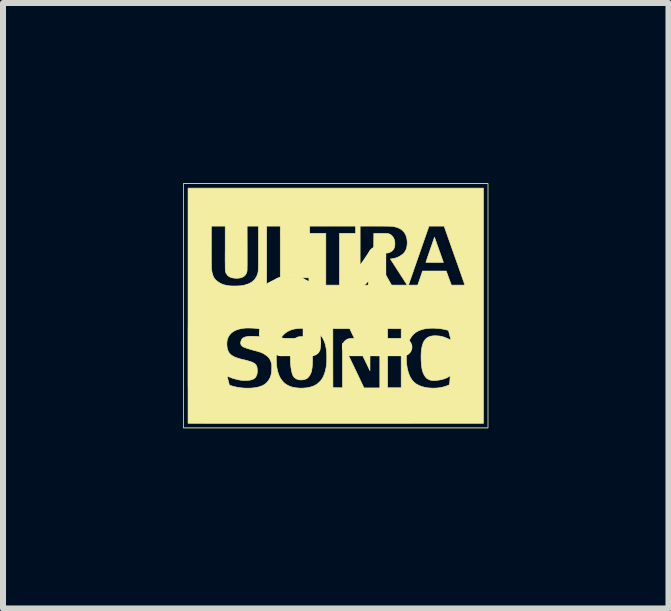
<source format=kicad_pcb>
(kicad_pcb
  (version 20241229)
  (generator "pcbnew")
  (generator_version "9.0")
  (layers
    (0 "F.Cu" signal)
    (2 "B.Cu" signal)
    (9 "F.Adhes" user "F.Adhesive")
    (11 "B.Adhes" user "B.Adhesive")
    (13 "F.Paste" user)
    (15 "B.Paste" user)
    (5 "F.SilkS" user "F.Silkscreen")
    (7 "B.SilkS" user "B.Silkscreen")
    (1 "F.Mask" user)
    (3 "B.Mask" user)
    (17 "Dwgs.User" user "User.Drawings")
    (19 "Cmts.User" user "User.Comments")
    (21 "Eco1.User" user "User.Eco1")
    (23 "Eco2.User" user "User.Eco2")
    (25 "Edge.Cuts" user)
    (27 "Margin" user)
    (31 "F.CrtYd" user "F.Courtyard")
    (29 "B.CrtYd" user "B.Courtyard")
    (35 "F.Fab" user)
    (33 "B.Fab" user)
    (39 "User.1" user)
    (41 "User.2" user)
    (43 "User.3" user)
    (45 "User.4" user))
  (footprint "a1"
    (layer "F.Cu")
    (at 2.542 2.042)
    (property "Reference" "a1" (at 0 0 0) (layer "F.SilkS") (effects (font (size 1.524 1.524) (thickness 0.3))))
    (attr through_hole)
    (fp_poly (pts (xy 2.537 2.037) (xy -2.537 2.037) (xy -2.537 -2.034) (xy -2.535 -2.034) (xy -2.535 2.034) (xy 2.535 2.034) (xy 2.535 -2.034) (xy -2.535 -2.034) (xy -2.537 -2.034) (xy -2.537 -2.037) (xy 2.537 -2.037) (xy 2.537 2.037)) (stroke (width 0.01) (type solid)) (fill yes) (layer "F.SilkS"))
    (fp_poly (pts (xy 0.745 -1.205) (xy 0.774 -1.205) (xy 0.798 -1.205) (xy 0.819 -1.205) (xy 0.835 -1.204) (xy 0.849 -1.204) (xy 0.86 -1.203) (xy 0.87 -1.201) (xy 0.878 -1.2) (xy 0.885 -1.198) (xy 0.892 -1.195) (xy 0.898 -1.192) (xy 0.904 -1.19) (xy 0.916 -1.182) (xy 0.93 -1.171) (xy 0.943 -1.158) (xy 0.954 -1.144) (xy 0.956 -1.141) (xy 0.968 -1.119) (xy 0.977 -1.095) (xy 0.983 -1.068) (xy 0.985 -1.04) (xy 0.984 -1.013) (xy 0.981 -0.986) (xy 0.973 -0.961) (xy 0.965 -0.943) (xy 0.954 -0.929) (xy 0.94 -0.914) (xy 0.924 -0.902) (xy 0.908 -0.893) (xy 0.892 -0.886) (xy 0.875 -0.88) (xy 0.856 -0.877) (xy 0.834 -0.875) (xy 0.809 -0.874) (xy 0.797 -0.874) (xy 0.781 -0.874) (xy 0.761 -0.875) (xy 0.739 -0.875) (xy 0.717 -0.875) (xy 0.696 -0.876) (xy 0.693 -0.876) (xy 0.632 -0.876) (xy 0.633 -1.041) (xy 0.634 -1.205) (xy 0.745 -1.205)) (stroke (width 0.01) (type solid)) (fill yes) (layer "F.SilkS"))
    (fp_poly (pts (xy 1.646 -1.137) (xy 1.648 -1.13) (xy 1.652 -1.12) (xy 1.657 -1.105) (xy 1.663 -1.088) (xy 1.671 -1.068) (xy 1.679 -1.046) (xy 1.687 -1.021) (xy 1.696 -0.996) (xy 1.706 -0.969) (xy 1.715 -0.942) (xy 1.725 -0.915) (xy 1.735 -0.887) (xy 1.744 -0.861) (xy 1.753 -0.836) (xy 1.762 -0.812) (xy 1.769 -0.79) (xy 1.776 -0.77) (xy 1.782 -0.754) (xy 1.787 -0.74) (xy 1.791 -0.73) (xy 1.793 -0.724) (xy 1.793 -0.722) (xy 1.791 -0.722) (xy 1.783 -0.722) (xy 1.772 -0.722) (xy 1.757 -0.722) (xy 1.739 -0.722) (xy 1.718 -0.721) (xy 1.694 -0.721) (xy 1.669 -0.721) (xy 1.647 -0.721) (xy 1.62 -0.721) (xy 1.595 -0.721) (xy 1.572 -0.721) (xy 1.551 -0.722) (xy 1.534 -0.722) (xy 1.519 -0.722) (xy 1.509 -0.722) (xy 1.503 -0.722) (xy 1.501 -0.723) (xy 1.502 -0.725) (xy 1.504 -0.732) (xy 1.508 -0.743) (xy 1.513 -0.758) (xy 1.519 -0.775) (xy 1.526 -0.795) (xy 1.533 -0.818) (xy 1.542 -0.842) (xy 1.55 -0.868) (xy 1.56 -0.894) (xy 1.569 -0.922) (xy 1.578 -0.949) (xy 1.588 -0.976) (xy 1.597 -1.003) (xy 1.606 -1.028) (xy 1.614 -1.052) (xy 1.621 -1.073) (xy 1.628 -1.093) (xy 1.634 -1.109) (xy 1.639 -1.123) (xy 1.642 -1.133) (xy 1.644 -1.138) (xy 1.645 -1.14) (xy 1.646 -1.137)) (stroke (width 0.01) (type solid)) (fill yes) (layer "F.SilkS"))
    (fp_poly (pts (xy -0.544 0.515) (xy -0.53 0.516) (xy -0.523 0.518) (xy -0.499 0.526) (xy -0.477 0.538) (xy -0.458 0.553) (xy -0.442 0.572) (xy -0.427 0.596) (xy -0.415 0.624) (xy -0.409 0.639) (xy -0.404 0.657) (xy -0.4 0.679) (xy -0.396 0.705) (xy -0.393 0.734) (xy -0.391 0.766) (xy -0.389 0.799) (xy -0.388 0.834) (xy -0.387 0.87) (xy -0.387 0.905) (xy -0.388 0.94) (xy -0.389 0.974) (xy -0.391 1.005) (xy -0.394 1.035) (xy -0.398 1.061) (xy -0.402 1.083) (xy -0.402 1.085) (xy -0.41 1.112) (xy -0.421 1.137) (xy -0.434 1.161) (xy -0.449 1.182) (xy -0.465 1.2) (xy -0.482 1.213) (xy -0.484 1.214) (xy -0.501 1.222) (xy -0.523 1.229) (xy -0.546 1.234) (xy -0.57 1.236) (xy -0.593 1.236) (xy -0.608 1.234) (xy -0.635 1.228) (xy -0.66 1.217) (xy -0.68 1.203) (xy -0.698 1.186) (xy -0.712 1.165) (xy -0.712 1.163) (xy -0.72 1.145) (xy -0.728 1.121) (xy -0.734 1.094) (xy -0.74 1.063) (xy -0.746 1.03) (xy -0.75 0.994) (xy -0.753 0.957) (xy -0.755 0.918) (xy -0.756 0.879) (xy -0.756 0.84) (xy -0.756 0.836) (xy -0.754 0.787) (xy -0.75 0.742) (xy -0.745 0.701) (xy -0.738 0.663) (xy -0.729 0.63) (xy -0.719 0.602) (xy -0.713 0.589) (xy -0.7 0.569) (xy -0.683 0.551) (xy -0.663 0.536) (xy -0.639 0.524) (xy -0.622 0.519) (xy -0.611 0.517) (xy -0.595 0.515) (xy -0.578 0.514) (xy -0.561 0.514) (xy -0.544 0.515)) (stroke (width 0.01) (type solid)) (fill yes) (layer "F.SilkS"))
    (fp_poly (pts (xy 2.46 1.959) (xy 0.001 1.96) (xy -0.138 1.96) (xy -0.272 1.96) (xy -0.401 1.96) (xy -0.525 1.96) (xy -0.645 1.96) (xy -0.759 1.96) (xy -0.87 1.96) (xy -0.975 1.96) (xy -1.076 1.96) (xy -1.173 1.96) (xy -1.266 1.96) (xy -1.354 1.96) (xy -1.438 1.96) (xy -1.519 1.96) (xy -1.595 1.96) (xy -1.667 1.96) (xy -1.736 1.96) (xy -1.801 1.96) (xy -1.862 1.96) (xy -1.92 1.96) (xy -1.974 1.96) (xy -2.025 1.96) (xy -2.073 1.96) (xy -2.117 1.96) (xy -2.159 1.96) (xy -2.197 1.96) (xy -2.232 1.959) (xy -2.265 1.959) (xy -2.294 1.959) (xy -2.321 1.959) (xy -2.345 1.959) (xy -2.367 1.959) (xy -2.386 1.959) (xy -2.403 1.959) (xy -2.417 1.959) (xy -2.429 1.958) (xy -2.439 1.958) (xy -2.447 1.958) (xy -2.453 1.958) (xy -2.457 1.958) (xy -2.459 1.958) (xy -2.46 1.958) (xy -2.46 1.955) (xy -2.46 1.947) (xy -2.46 1.935) (xy -2.46 1.918) (xy -2.46 1.896) (xy -2.46 1.87) (xy -2.46 1.839) (xy -2.46 1.804) (xy -2.46 1.765) (xy -2.46 1.722) (xy -2.46 1.676) (xy -2.46 1.625) (xy -2.46 1.571) (xy -2.46 1.514) (xy -2.46 1.453) (xy -2.46 1.389) (xy -2.461 1.321) (xy -2.461 1.251) (xy -2.461 1.178) (xy -2.461 1.102) (xy -2.461 1.024) (xy -2.461 0.943) (xy -2.461 0.859) (xy -2.461 0.774) (xy -2.461 0.686) (xy -2.461 0.651) (xy -1.814 0.651) (xy -1.813 0.659) (xy -1.81 0.686) (xy -1.807 0.71) (xy -1.801 0.731) (xy -1.794 0.75) (xy -1.786 0.768) (xy -1.773 0.788) (xy -1.757 0.806) (xy -1.738 0.823) (xy -1.714 0.838) (xy -1.686 0.853) (xy -1.653 0.866) (xy -1.616 0.878) (xy -1.575 0.89) (xy -1.558 0.894) (xy -1.519 0.903) (xy -1.484 0.912) (xy -1.454 0.92) (xy -1.428 0.928) (xy -1.405 0.936) (xy -1.386 0.944) (xy -1.37 0.952) (xy -1.356 0.96) (xy -1.345 0.968) (xy -1.336 0.977) (xy -1.328 0.987) (xy -1.322 0.997) (xy -1.317 1.009) (xy -1.313 1.02) (xy -1.31 1.032) (xy -1.308 1.045) (xy -1.307 1.06) (xy -1.307 1.08) (xy -1.307 1.082) (xy -1.307 1.098) (xy -1.307 1.111) (xy -1.308 1.12) (xy -1.309 1.128) (xy -1.311 1.136) (xy -1.313 1.143) (xy -1.321 1.165) (xy -1.33 1.183) (xy -1.342 1.199) (xy -1.357 1.212) (xy -1.374 1.222) (xy -1.394 1.231) (xy -1.419 1.237) (xy -1.448 1.242) (xy -1.471 1.245) (xy -1.509 1.246) (xy -1.55 1.244) (xy -1.594 1.239) (xy -1.638 1.23) (xy -1.684 1.218) (xy -1.73 1.204) (xy -1.775 1.186) (xy -1.784 1.182) (xy -1.795 1.177) (xy -1.802 1.174) (xy -1.806 1.174) (xy -1.808 1.174) (xy -1.808 1.175) (xy -1.807 1.179) (xy -1.806 1.187) (xy -1.803 1.198) (xy -1.799 1.212) (xy -1.795 1.229) (xy -1.791 1.247) (xy -1.79 1.251) (xy -1.771 1.322) (xy -1.756 1.328) (xy -1.747 1.331) (xy -1.733 1.335) (xy -1.717 1.34) (xy -1.698 1.345) (xy -1.679 1.349) (xy -1.66 1.354) (xy -1.642 1.358) (xy -1.626 1.361) (xy -1.624 1.361) (xy -1.582 1.367) (xy -1.537 1.371) (xy -1.49 1.373) (xy -1.444 1.373) (xy -1.401 1.371) (xy -1.393 1.37) (xy -1.377 1.369) (xy -1.36 1.367) (xy -1.344 1.365) (xy -1.332 1.363) (xy -1.328 1.362) (xy -1.287 1.354) (xy -1.249 1.342) (xy -1.215 1.328) (xy -1.186 1.311) (xy -1.159 1.29) (xy -1.136 1.266) (xy -1.116 1.239) (xy -1.098 1.208) (xy -1.096 1.203) (xy -1.086 1.18) (xy -1.079 1.157) (xy -1.073 1.133) (xy -1.069 1.107) (xy -1.067 1.078) (xy -1.066 1.045) (xy -1.066 1.037) (xy -1.066 1.018) (xy -1.066 1.004) (xy -1.066 0.992) (xy -1.067 0.982) (xy -1.069 0.973) (xy -1.07 0.965) (xy -1.071 0.961) (xy -1.08 0.93) (xy -1.091 0.903) (xy -1.105 0.879) (xy -1.122 0.858) (xy -1.124 0.857) (xy -0.99 0.857) (xy -0.99 0.899) (xy -0.988 0.945) (xy -0.985 0.986) (xy -0.981 1.024) (xy -0.975 1.059) (xy -0.967 1.092) (xy -0.958 1.124) (xy -0.952 1.142) (xy -0.936 1.18) (xy -0.917 1.215) (xy -0.893 1.248) (xy -0.867 1.277) (xy -0.838 1.302) (xy -0.806 1.322) (xy -0.794 1.329) (xy -0.76 1.344) (xy -0.722 1.356) (xy -0.68 1.364) (xy -0.636 1.37) (xy -0.59 1.373) (xy -0.542 1.372) (xy -0.528 1.371) (xy -0.48 1.367) (xy -0.437 1.358) (xy -0.396 1.347) (xy -0.36 1.333) (xy -0.327 1.315) (xy -0.31 1.304) (xy -0.297 1.294) (xy -0.284 1.282) (xy -0.27 1.269) (xy -0.257 1.256) (xy -0.246 1.244) (xy -0.246 1.243) (xy -0.225 1.213) (xy -0.206 1.179) (xy -0.19 1.14) (xy -0.176 1.097) (xy -0.165 1.05) (xy -0.156 1) (xy -0.152 0.964) (xy -0.151 0.949) (xy -0.15 0.93) (xy -0.15 0.908) (xy -0.15 0.884) (xy -0.149 0.86) (xy -0.15 0.836) (xy -0.15 0.813) (xy -0.151 0.793) (xy -0.152 0.776) (xy -0.152 0.772) (xy -0.158 0.721) (xy -0.167 0.675) (xy -0.177 0.632) (xy -0.191 0.593) (xy -0.207 0.558) (xy -0.225 0.526) (xy -0.236 0.511) (xy -0.26 0.483) (xy -0.286 0.458) (xy -0.316 0.437) (xy -0.349 0.419) (xy -0.385 0.404) (xy -0.425 0.392) (xy -0.468 0.384) (xy -0.496 0.381) (xy -0.048 0.381) (xy -0.048 0.873) (xy -0.047 1.365) (xy 0.032 1.366) (xy 0.112 1.366) (xy 0.112 0.994) (xy 0.112 0.949) (xy 0.112 0.905) (xy 0.112 0.864) (xy 0.112 0.825) (xy 0.112 0.789) (xy 0.112 0.756) (xy 0.112 0.726) (xy 0.113 0.699) (xy 0.113 0.676) (xy 0.113 0.657) (xy 0.113 0.642) (xy 0.113 0.631) (xy 0.114 0.625) (xy 0.114 0.624) (xy 0.115 0.626) (xy 0.119 0.633) (xy 0.124 0.644) (xy 0.131 0.659) (xy 0.14 0.677) (xy 0.151 0.699) (xy 0.163 0.724) (xy 0.176 0.752) (xy 0.191 0.782) (xy 0.206 0.815) (xy 0.223 0.85) (xy 0.241 0.887) (xy 0.259 0.925) (xy 0.278 0.965) (xy 0.294 0.997) (xy 0.471 1.369) (xy 0.734 1.369) (xy 0.734 0.384) (xy 0.571 0.384) (xy 0.571 0.733) (xy 0.57 1.082) (xy 0.232 0.381) (xy 0.092 0.381) (xy -0.048 0.381) (xy 0.864 0.381) (xy 0.864 1.366) (xy 1.09 1.366) (xy 1.09 0.857) (xy 1.176 0.857) (xy 1.177 0.918) (xy 1.182 0.975) (xy 1.189 1.028) (xy 1.2 1.077) (xy 1.213 1.122) (xy 1.229 1.164) (xy 1.248 1.201) (xy 1.269 1.234) (xy 1.294 1.263) (xy 1.321 1.288) (xy 1.333 1.298) (xy 1.366 1.317) (xy 1.402 1.334) (xy 1.441 1.348) (xy 1.484 1.359) (xy 1.529 1.367) (xy 1.577 1.371) (xy 1.627 1.373) (xy 1.678 1.371) (xy 1.703 1.369) (xy 1.747 1.363) (xy 1.789 1.354) (xy 1.821 1.345) (xy 1.844 1.337) (xy 1.863 1.33) (xy 1.878 1.324) (xy 1.887 1.318) (xy 1.892 1.315) (xy 1.893 1.311) (xy 1.895 1.302) (xy 1.897 1.289) (xy 1.899 1.271) (xy 1.901 1.248) (xy 1.901 1.24) (xy 1.903 1.222) (xy 1.904 1.205) (xy 1.905 1.191) (xy 1.906 1.18) (xy 1.907 1.172) (xy 1.907 1.169) (xy 1.907 1.169) (xy 1.904 1.17) (xy 1.898 1.173) (xy 1.89 1.178) (xy 1.884 1.181) (xy 1.851 1.2) (xy 1.815 1.215) (xy 1.776 1.227) (xy 1.733 1.236) (xy 1.687 1.243) (xy 1.663 1.245) (xy 1.639 1.246) (xy 1.619 1.246) (xy 1.601 1.244) (xy 1.584 1.241) (xy 1.568 1.237) (xy 1.562 1.234) (xy 1.537 1.223) (xy 1.516 1.209) (xy 1.497 1.19) (xy 1.481 1.167) (xy 1.479 1.164) (xy 1.468 1.145) (xy 1.459 1.125) (xy 1.451 1.105) (xy 1.444 1.083) (xy 1.438 1.06) (xy 1.434 1.034) (xy 1.43 1.005) (xy 1.427 0.973) (xy 1.424 0.936) (xy 1.422 0.895) (xy 1.422 0.895) (xy 1.421 0.839) (xy 1.423 0.788) (xy 1.427 0.74) (xy 1.434 0.696) (xy 1.444 0.656) (xy 1.456 0.621) (xy 1.461 0.609) (xy 1.476 0.582) (xy 1.493 0.56) (xy 1.513 0.541) (xy 1.537 0.525) (xy 1.563 0.514) (xy 1.593 0.506) (xy 1.627 0.501) (xy 1.664 0.5) (xy 1.704 0.503) (xy 1.707 0.503) (xy 1.735 0.506) (xy 1.761 0.511) (xy 1.785 0.517) (xy 1.81 0.525) (xy 1.836 0.535) (xy 1.864 0.548) (xy 1.874 0.552) (xy 1.887 0.559) (xy 1.899 0.565) (xy 1.909 0.569) (xy 1.916 0.572) (xy 1.919 0.573) (xy 1.919 0.573) (xy 1.919 0.571) (xy 1.917 0.564) (xy 1.914 0.553) (xy 1.911 0.539) (xy 1.907 0.523) (xy 1.902 0.505) (xy 1.899 0.493) (xy 1.878 0.413) (xy 1.87 0.41) (xy 1.863 0.407) (xy 1.852 0.404) (xy 1.838 0.401) (xy 1.822 0.397) (xy 1.805 0.394) (xy 1.787 0.39) (xy 1.77 0.387) (xy 1.755 0.384) (xy 1.743 0.383) (xy 1.742 0.382) (xy 1.686 0.377) (xy 1.631 0.374) (xy 1.577 0.375) (xy 1.527 0.379) (xy 1.479 0.386) (xy 1.462 0.39) (xy 1.42 0.402) (xy 1.381 0.417) (xy 1.346 0.436) (xy 1.314 0.459) (xy 1.286 0.486) (xy 1.261 0.517) (xy 1.239 0.551) (xy 1.221 0.589) (xy 1.208 0.624) (xy 1.197 0.663) (xy 1.188 0.702) (xy 1.182 0.744) (xy 1.178 0.788) (xy 1.176 0.836) (xy 1.176 0.857) (xy 1.09 0.857) (xy 1.09 0.381) (xy 0.864 0.381) (xy -0.048 0.381) (xy -0.496 0.381) (xy -0.516 0.379) (xy -0.549 0.377) (xy -0.6 0.377) (xy -0.649 0.381) (xy -0.695 0.389) (xy -0.737 0.4) (xy -0.776 0.416) (xy -0.812 0.436) (xy -0.844 0.459) (xy -0.872 0.485) (xy -0.896 0.513) (xy -0.917 0.543) (xy -0.936 0.577) (xy -0.951 0.613) (xy -0.964 0.654) (xy -0.968 0.667) (xy -0.976 0.701) (xy -0.982 0.737) (xy -0.986 0.774) (xy -0.989 0.814) (xy -0.99 0.857) (xy -1.124 0.857) (xy -1.144 0.838) (xy -1.164 0.823) (xy -1.185 0.809) (xy -1.204 0.797) (xy -1.224 0.787) (xy -1.245 0.778) (xy -1.269 0.77) (xy -1.296 0.761) (xy -1.319 0.755) (xy -1.355 0.746) (xy -1.39 0.736) (xy -1.422 0.727) (xy -1.452 0.718) (xy -1.478 0.71) (xy -1.5 0.702) (xy -1.519 0.695) (xy -1.533 0.689) (xy -1.541 0.685) (xy -1.559 0.673) (xy -1.572 0.659) (xy -1.58 0.643) (xy -1.583 0.633) (xy -1.584 0.623) (xy -1.583 0.611) (xy -1.58 0.597) (xy -1.577 0.584) (xy -1.573 0.575) (xy -1.566 0.56) (xy -1.556 0.548) (xy -1.545 0.538) (xy -1.531 0.53) (xy -1.514 0.523) (xy -1.492 0.517) (xy -1.476 0.514) (xy -1.466 0.512) (xy -1.456 0.511) (xy -1.444 0.51) (xy -1.429 0.51) (xy -1.412 0.509) (xy -1.39 0.509) (xy -1.388 0.509) (xy -1.359 0.51) (xy -1.334 0.51) (xy -1.312 0.512) (xy -1.291 0.514) (xy -1.27 0.518) (xy -1.249 0.522) (xy -1.224 0.528) (xy -1.221 0.529) (xy -1.198 0.535) (xy -1.179 0.54) (xy -1.163 0.545) (xy -1.147 0.551) (xy -1.132 0.558) (xy -1.119 0.564) (xy -1.109 0.568) (xy -1.101 0.572) (xy -1.096 0.574) (xy -1.095 0.575) (xy -1.095 0.571) (xy -1.097 0.564) (xy -1.1 0.553) (xy -1.103 0.54) (xy -1.107 0.525) (xy -1.111 0.508) (xy -1.116 0.491) (xy -1.12 0.474) (xy -1.124 0.458) (xy -1.128 0.444) (xy -1.131 0.433) (xy -1.133 0.424) (xy -1.135 0.42) (xy -1.135 0.419) (xy -1.139 0.416) (xy -1.148 0.412) (xy -1.163 0.408) (xy -1.182 0.403) (xy -1.206 0.397) (xy -1.224 0.394) (xy -1.271 0.385) (xy -1.317 0.379) (xy -1.364 0.374) (xy -1.412 0.372) (xy -1.462 0.371) (xy -1.504 0.372) (xy -1.545 0.377) (xy -1.584 0.384) (xy -1.622 0.393) (xy -1.656 0.405) (xy -1.687 0.419) (xy -1.714 0.436) (xy -1.719 0.439) (xy -1.746 0.462) (xy -1.768 0.487) (xy -1.786 0.515) (xy -1.8 0.546) (xy -1.809 0.578) (xy -1.813 0.614) (xy -1.814 0.651) (xy -2.461 0.651) (xy -2.461 0.596) (xy -2.461 0.504) (xy -2.461 0.411) (xy -2.46 0.316) (xy -2.46 0.219) (xy -2.46 0.121) (xy -2.46 0.022) (xy -2.46 -0.003) (xy -2.46 -1.326) (xy -2.072 -1.326) (xy -2.072 -0.99) (xy -2.072 -0.938) (xy -2.072 -0.889) (xy -2.072 -0.844) (xy -2.072 -0.803) (xy -2.072 -0.765) (xy -2.072 -0.731) (xy -2.071 -0.701) (xy -2.071 -0.676) (xy -2.071 -0.655) (xy -2.071 -0.638) (xy -2.07 -0.627) (xy -2.07 -0.621) (xy -2.066 -0.587) (xy -2.06 -0.555) (xy -2.053 -0.525) (xy -2.043 -0.498) (xy -2.033 -0.474) (xy -2.027 -0.465) (xy -2.01 -0.441) (xy -1.988 -0.419) (xy -1.961 -0.398) (xy -1.931 -0.379) (xy -1.911 -0.368) (xy -1.881 -0.355) (xy -1.846 -0.345) (xy -1.807 -0.337) (xy -1.764 -0.331) (xy -1.76 -0.33) (xy -1.747 -0.33) (xy -1.731 -0.329) (xy -1.711 -0.329) (xy -1.69 -0.329) (xy -1.667 -0.329) (xy -1.645 -0.329) (xy -1.623 -0.33) (xy -1.603 -0.331) (xy -1.586 -0.332) (xy -1.573 -0.333) (xy -1.57 -0.334) (xy -1.524 -0.342) (xy -1.483 -0.354) (xy -1.446 -0.368) (xy -1.413 -0.385) (xy -1.384 -0.405) (xy -1.359 -0.428) (xy -1.337 -0.454) (xy -1.32 -0.483) (xy -1.306 -0.516) (xy -1.298 -0.542) (xy -1.296 -0.548) (xy -1.295 -0.553) (xy -1.294 -0.559) (xy -1.293 -0.565) (xy -1.292 -0.572) (xy -1.291 -0.58) (xy -1.291 -0.589) (xy -1.29 -0.599) (xy -1.29 -0.612) (xy -1.289 -0.626) (xy -1.289 -0.643) (xy -1.288 -0.662) (xy -1.288 -0.684) (xy -1.288 -0.71) (xy -1.288 -0.738) (xy -1.288 -0.771) (xy -1.288 -0.807) (xy -1.288 -0.847) (xy -1.288 -0.892) (xy -1.288 -0.942) (xy -1.288 -0.966) (xy -1.288 -1.326) (xy -1.151 -1.326) (xy -1.151 -0.343) (xy -0.447 -0.343) (xy -0.447 -0.465) (xy -0.924 -0.465) (xy -0.924 -1.326) (xy -0.434 -1.326) (xy -0.434 -1.206) (xy -0.165 -1.206) (xy -0.165 -0.343) (xy 0.061 -0.343) (xy 0.062 -0.774) (xy 0.062 -1.205) (xy 0.196 -1.206) (xy 0.33 -1.206) (xy 0.33 -1.326) (xy 0.406 -1.326) (xy 0.406 -0.343) (xy 0.632 -0.343) (xy 0.632 -0.604) (xy 0.632 -0.639) (xy 0.632 -0.674) (xy 0.633 -0.706) (xy 0.633 -0.737) (xy 0.633 -0.765) (xy 0.633 -0.79) (xy 0.633 -0.812) (xy 0.633 -0.83) (xy 0.634 -0.845) (xy 0.634 -0.855) (xy 0.634 -0.861) (xy 0.634 -0.862) (xy 0.636 -0.86) (xy 0.64 -0.854) (xy 0.646 -0.843) (xy 0.654 -0.829) (xy 0.664 -0.812) (xy 0.675 -0.791) (xy 0.688 -0.768) (xy 0.703 -0.743) (xy 0.719 -0.715) (xy 0.736 -0.685) (xy 0.754 -0.654) (xy 0.772 -0.621) (xy 0.783 -0.602) (xy 0.929 -0.344) (xy 1.06 -0.343) (xy 1.192 -0.343) (xy 1.189 -0.346) (xy 1.212 -0.346) (xy 1.213 -0.345) (xy 1.216 -0.344) (xy 1.222 -0.344) (xy 1.231 -0.343) (xy 1.244 -0.343) (xy 1.261 -0.343) (xy 1.282 -0.343) (xy 1.288 -0.343) (xy 1.365 -0.343) (xy 1.406 -0.46) (xy 1.446 -0.578) (xy 1.84 -0.578) (xy 1.926 -0.343) (xy 2.039 -0.343) (xy 2.067 -0.343) (xy 2.09 -0.343) (xy 2.109 -0.343) (xy 2.124 -0.343) (xy 2.135 -0.344) (xy 2.143 -0.344) (xy 2.148 -0.345) (xy 2.15 -0.345) (xy 2.151 -0.346) (xy 2.15 -0.349) (xy 2.147 -0.356) (xy 2.143 -0.368) (xy 2.137 -0.383) (xy 2.131 -0.403) (xy 2.122 -0.426) (xy 2.113 -0.453) (xy 2.102 -0.483) (xy 2.091 -0.515) (xy 2.078 -0.551) (xy 2.065 -0.589) (xy 2.051 -0.629) (xy 2.036 -0.672) (xy 2.02 -0.716) (xy 2.004 -0.762) (xy 1.987 -0.81) (xy 1.977 -0.837) (xy 1.805 -1.326) (xy 1.553 -1.326) (xy 1.383 -0.837) (xy 1.366 -0.789) (xy 1.35 -0.743) (xy 1.334 -0.697) (xy 1.319 -0.654) (xy 1.304 -0.612) (xy 1.291 -0.572) (xy 1.278 -0.535) (xy 1.266 -0.501) (xy 1.255 -0.469) (xy 1.245 -0.441) (xy 1.236 -0.416) (xy 1.229 -0.394) (xy 1.222 -0.376) (xy 1.218 -0.362) (xy 1.214 -0.352) (xy 1.212 -0.347) (xy 1.212 -0.346) (xy 1.189 -0.346) (xy 1.187 -0.35) (xy 1.184 -0.354) (xy 1.178 -0.362) (xy 1.171 -0.374) (xy 1.161 -0.388) (xy 1.15 -0.406) (xy 1.138 -0.425) (xy 1.124 -0.447) (xy 1.109 -0.47) (xy 1.093 -0.494) (xy 1.077 -0.52) (xy 1.06 -0.546) (xy 1.043 -0.572) (xy 1.026 -0.598) (xy 1.01 -0.624) (xy 0.994 -0.649) (xy 0.979 -0.672) (xy 0.965 -0.694) (xy 0.952 -0.714) (xy 0.94 -0.732) (xy 0.931 -0.747) (xy 0.923 -0.76) (xy 0.917 -0.769) (xy 0.914 -0.774) (xy 0.913 -0.775) (xy 0.913 -0.779) (xy 0.916 -0.78) (xy 0.918 -0.78) (xy 0.926 -0.78) (xy 0.936 -0.782) (xy 0.95 -0.784) (xy 0.964 -0.787) (xy 0.979 -0.791) (xy 0.993 -0.794) (xy 1.005 -0.797) (xy 1.011 -0.799) (xy 1.035 -0.809) (xy 1.059 -0.821) (xy 1.083 -0.835) (xy 1.105 -0.851) (xy 1.125 -0.868) (xy 1.141 -0.884) (xy 1.146 -0.891) (xy 1.161 -0.916) (xy 1.174 -0.944) (xy 1.183 -0.974) (xy 1.188 -1.007) (xy 1.191 -1.04) (xy 1.19 -1.074) (xy 1.186 -1.108) (xy 1.179 -1.14) (xy 1.169 -1.171) (xy 1.155 -1.199) (xy 1.149 -1.209) (xy 1.13 -1.235) (xy 1.107 -1.258) (xy 1.08 -1.277) (xy 1.05 -1.293) (xy 1.016 -1.306) (xy 0.98 -1.315) (xy 0.972 -1.317) (xy 0.964 -1.318) (xy 0.956 -1.32) (xy 0.948 -1.321) (xy 0.938 -1.322) (xy 0.928 -1.323) (xy 0.915 -1.323) (xy 0.901 -1.324) (xy 0.885 -1.324) (xy 0.866 -1.325) (xy 0.844 -1.325) (xy 0.82 -1.325) (xy 0.791 -1.326) (xy 0.759 -1.326) (xy 0.722 -1.326) (xy 0.681 -1.326) (xy 0.655 -1.326) (xy 0.406 -1.326) (xy 0.33 -1.326) (xy -0.434 -1.326) (xy -0.924 -1.326) (xy -1.151 -1.326) (xy -1.288 -1.326) (xy -1.476 -1.326) (xy -1.475 -0.956) (xy -1.475 -0.905) (xy -1.475 -0.859) (xy -1.475 -0.817) (xy -1.475 -0.78) (xy -1.475 -0.747) (xy -1.475 -0.718) (xy -1.475 -0.692) (xy -1.475 -0.67) (xy -1.476 -0.65) (xy -1.476 -0.634) (xy -1.476 -0.62) (xy -1.476 -0.608) (xy -1.476 -0.598) (xy -1.477 -0.59) (xy -1.477 -0.584) (xy -1.478 -0.579) (xy -1.478 -0.575) (xy -1.479 -0.572) (xy -1.479 -0.569) (xy -1.479 -0.568) (xy -1.488 -0.542) (xy -1.5 -0.519) (xy -1.516 -0.5) (xy -1.536 -0.485) (xy -1.559 -0.473) (xy -1.585 -0.464) (xy -1.616 -0.459) (xy -1.65 -0.457) (xy -1.686 -0.459) (xy -1.719 -0.464) (xy -1.747 -0.472) (xy -1.772 -0.483) (xy -1.793 -0.498) (xy -1.81 -0.516) (xy -1.824 -0.537) (xy -1.825 -0.539) (xy -1.827 -0.544) (xy -1.829 -0.548) (xy -1.831 -0.552) (xy -1.833 -0.556) (xy -1.834 -0.56) (xy -1.835 -0.565) (xy -1.837 -0.571) (xy -1.838 -0.578) (xy -1.838 -0.586) (xy -1.839 -0.595) (xy -1.84 -0.607) (xy -1.84 -0.62) (xy -1.841 -0.636) (xy -1.841 -0.655) (xy -1.841 -0.676) (xy -1.841 -0.7) (xy -1.842 -0.728) (xy -1.842 -0.76) (xy -1.842 -0.795) (xy -1.842 -0.835) (xy -1.842 -0.878) (xy -1.841 -0.927) (xy -1.841 -0.959) (xy -1.841 -1.326) (xy -2.072 -1.326) (xy -2.46 -1.326) (xy -2.46 -1.959) (xy 2.46 -1.959) (xy 2.46 1.959)) (stroke (width 0.01) (type solid)) (fill yes) (layer "F.SilkS")))
  (gr_rect
    (start -3 -3)
    (end 8.084 7.084)
    (stroke (width 0.1) (type default))
    (fill no)
    (layer "Edge.Cuts")))
</source>
